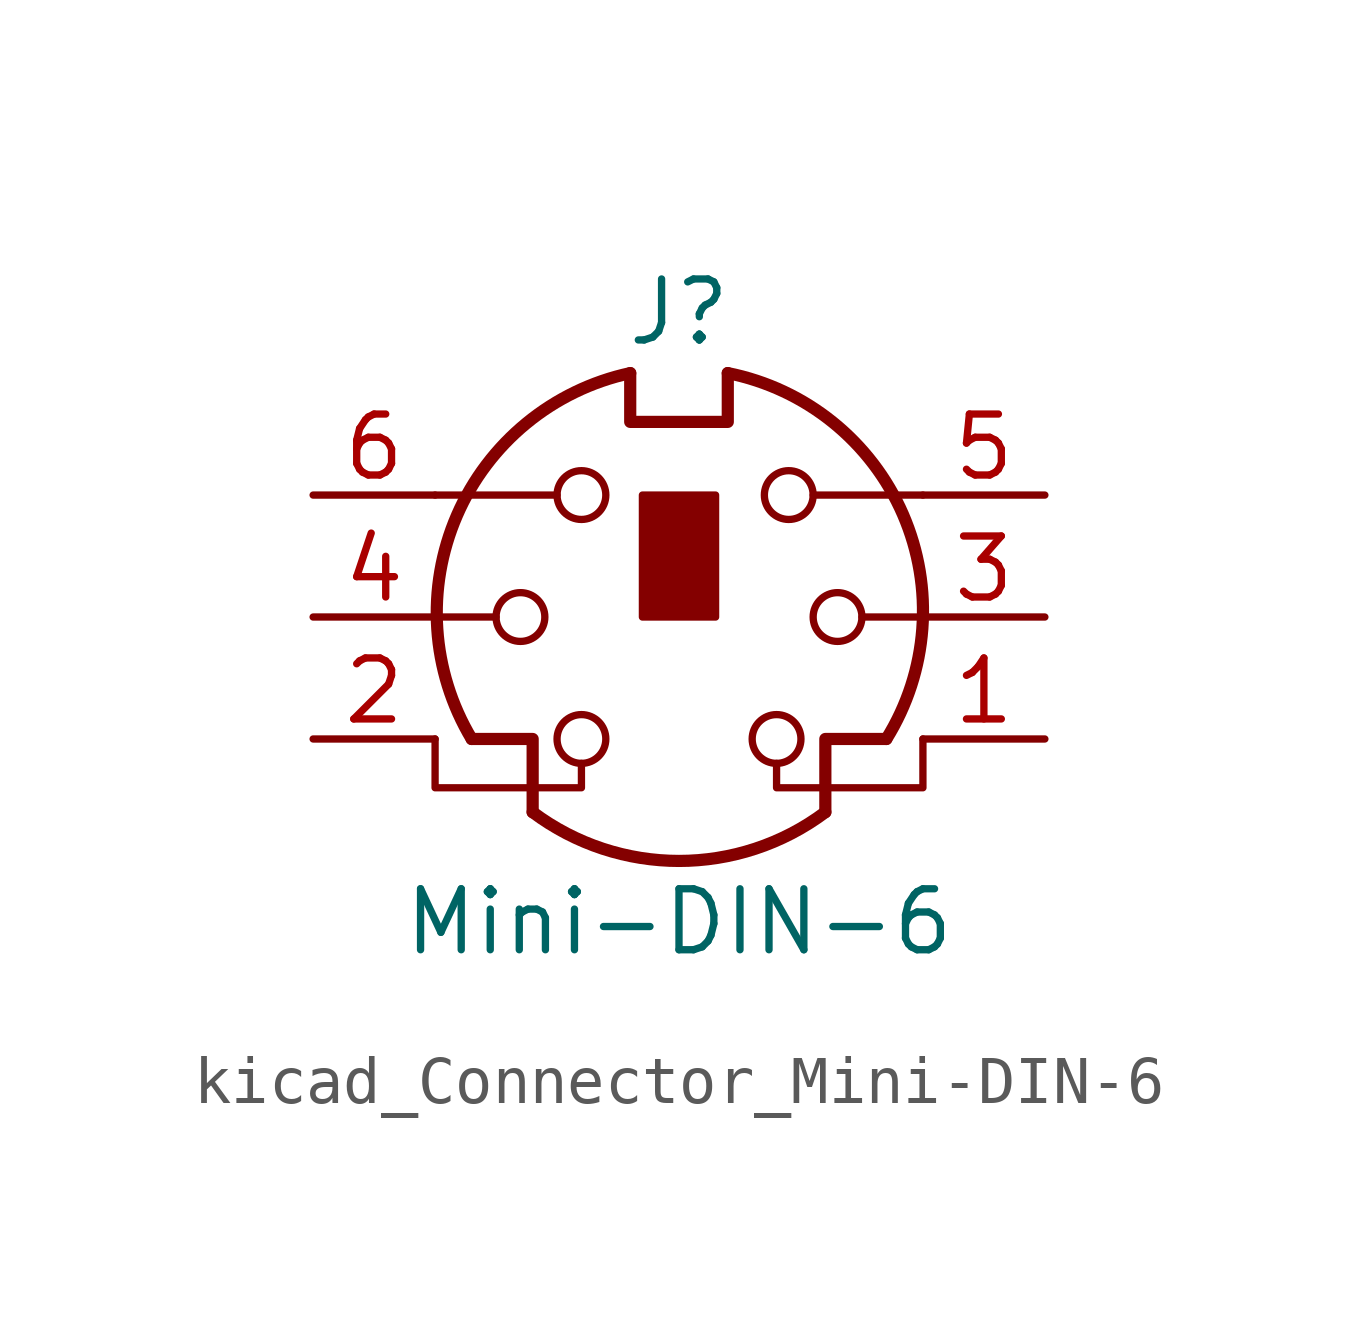
<source format=kicad_sym>
(kicad_symbol_lib
  (version 20220914)
  (generator kicad_symbol_editor)
  (symbol "kicad_Connector_Mini-DIN-6"
    (pin_names
      (offset 1.016))
    (property "Reference" "J"
      (at 0 6.35 0)
      (effects (font (size 1.27 1.27))))
    (property "Value" "Mini-DIN-6"
      (at 0 -6.35 0)
      (effects (font (size 1.27 1.27))))
    (symbol "kicad_Connector_Mini-DIN-6_0_1"
      (circle (center -3.302 0) (radius 0.508) (stroke (width 0) (type default)) (fill (type none)))
      (arc (start -3.048 -4.064) (mid 0 -5.08) (end 3.048 -4.064) (stroke (width 0.254) (type default)) (fill (type none)))
      (circle (center -2.032 -2.54) (radius 0.508) (stroke (width 0) (type default)) (fill (type none)))
      (circle (center -2.032 2.54) (radius 0.508) (stroke (width 0) (type default)) (fill (type none)))
      (arc (start -1.016 5.08) (mid -4.6228 2.1214) (end -4.318 -2.54) (stroke (width 0.254) (type default)) (fill (type none)))
      (rectangle (start -0.762 2.54) (end 0.762 0) (stroke (width 0) (type default)) (fill (type outline)))
      (polyline (pts (xy -3.81 0) (xy -5.08 0)) (stroke (width 0) (type default)) (fill (type none)))
      (polyline (pts (xy -2.54 2.54) (xy -5.08 2.54)) (stroke (width 0) (type default)) (fill (type none)))
      (polyline (pts (xy 2.794 2.54) (xy 5.08 2.54)) (stroke (width 0) (type default)) (fill (type none)))
      (polyline (pts (xy 5.08 0) (xy 3.81 0)) (stroke (width 0) (type default)) (fill (type none)))
      (polyline (pts (xy -4.318 -2.54) (xy -3.048 -2.54) (xy -3.048 -4.064)) (stroke (width 0.254) (type default)) (fill (type none)))
      (polyline (pts (xy 4.318 -2.54) (xy 3.048 -2.54) (xy 3.048 -4.064)) (stroke (width 0.254) (type default)) (fill (type none)))
      (polyline (pts (xy -2.032 -3.048) (xy -2.032 -3.556) (xy -5.08 -3.556) (xy -5.08 -2.54)) (stroke (width 0) (type default)) (fill (type none)))
      (polyline (pts (xy -1.016 5.08) (xy -1.016 4.064) (xy 1.016 4.064) (xy 1.016 5.08)) (stroke (width 0.254) (type default)) (fill (type none)))
      (polyline (pts (xy 2.032 -3.048) (xy 2.032 -3.556) (xy 5.08 -3.556) (xy 5.08 -2.54)) (stroke (width 0) (type default)) (fill (type none)))
      (circle (center 2.032 -2.54) (radius 0.508) (stroke (width 0) (type default)) (fill (type none)))
      (circle (center 2.286 2.54) (radius 0.508) (stroke (width 0) (type default)) (fill (type none)))
      (circle (center 3.302 0) (radius 0.508) (stroke (width 0) (type default)) (fill (type none)))
      (arc (start 4.318 -2.54) (mid 4.6661 2.1322) (end 1.016 5.08) (stroke (width 0.254) (type default)) (fill (type none))))
    (symbol "kicad_Connector_Mini-DIN-6_1_1"
      (pin passive line (at 7.62 -2.54 180) (length 2.54) (name "~" (effects (font (size 1.27 1.27)))) (number "1" (effects (font (size 1.27 1.27)))))
      (pin passive line (at -7.62 -2.54 0) (length 2.54) (name "~" (effects (font (size 1.27 1.27)))) (number "2" (effects (font (size 1.27 1.27)))))
      (pin passive line (at 7.62 0 180) (length 2.54) (name "~" (effects (font (size 1.27 1.27)))) (number "3" (effects (font (size 1.27 1.27)))))
      (pin passive line (at -7.62 0 0) (length 2.54) (name "~" (effects (font (size 1.27 1.27)))) (number "4" (effects (font (size 1.27 1.27)))))
      (pin passive line (at 7.62 2.54 180) (length 2.54) (name "~" (effects (font (size 1.27 1.27)))) (number "5" (effects (font (size 1.27 1.27)))))
      (pin passive line (at -7.62 2.54 0) (length 2.54) (name "~" (effects (font (size 1.27 1.27)))) (number "6" (effects (font (size 1.27 1.27))))))))
</source>
